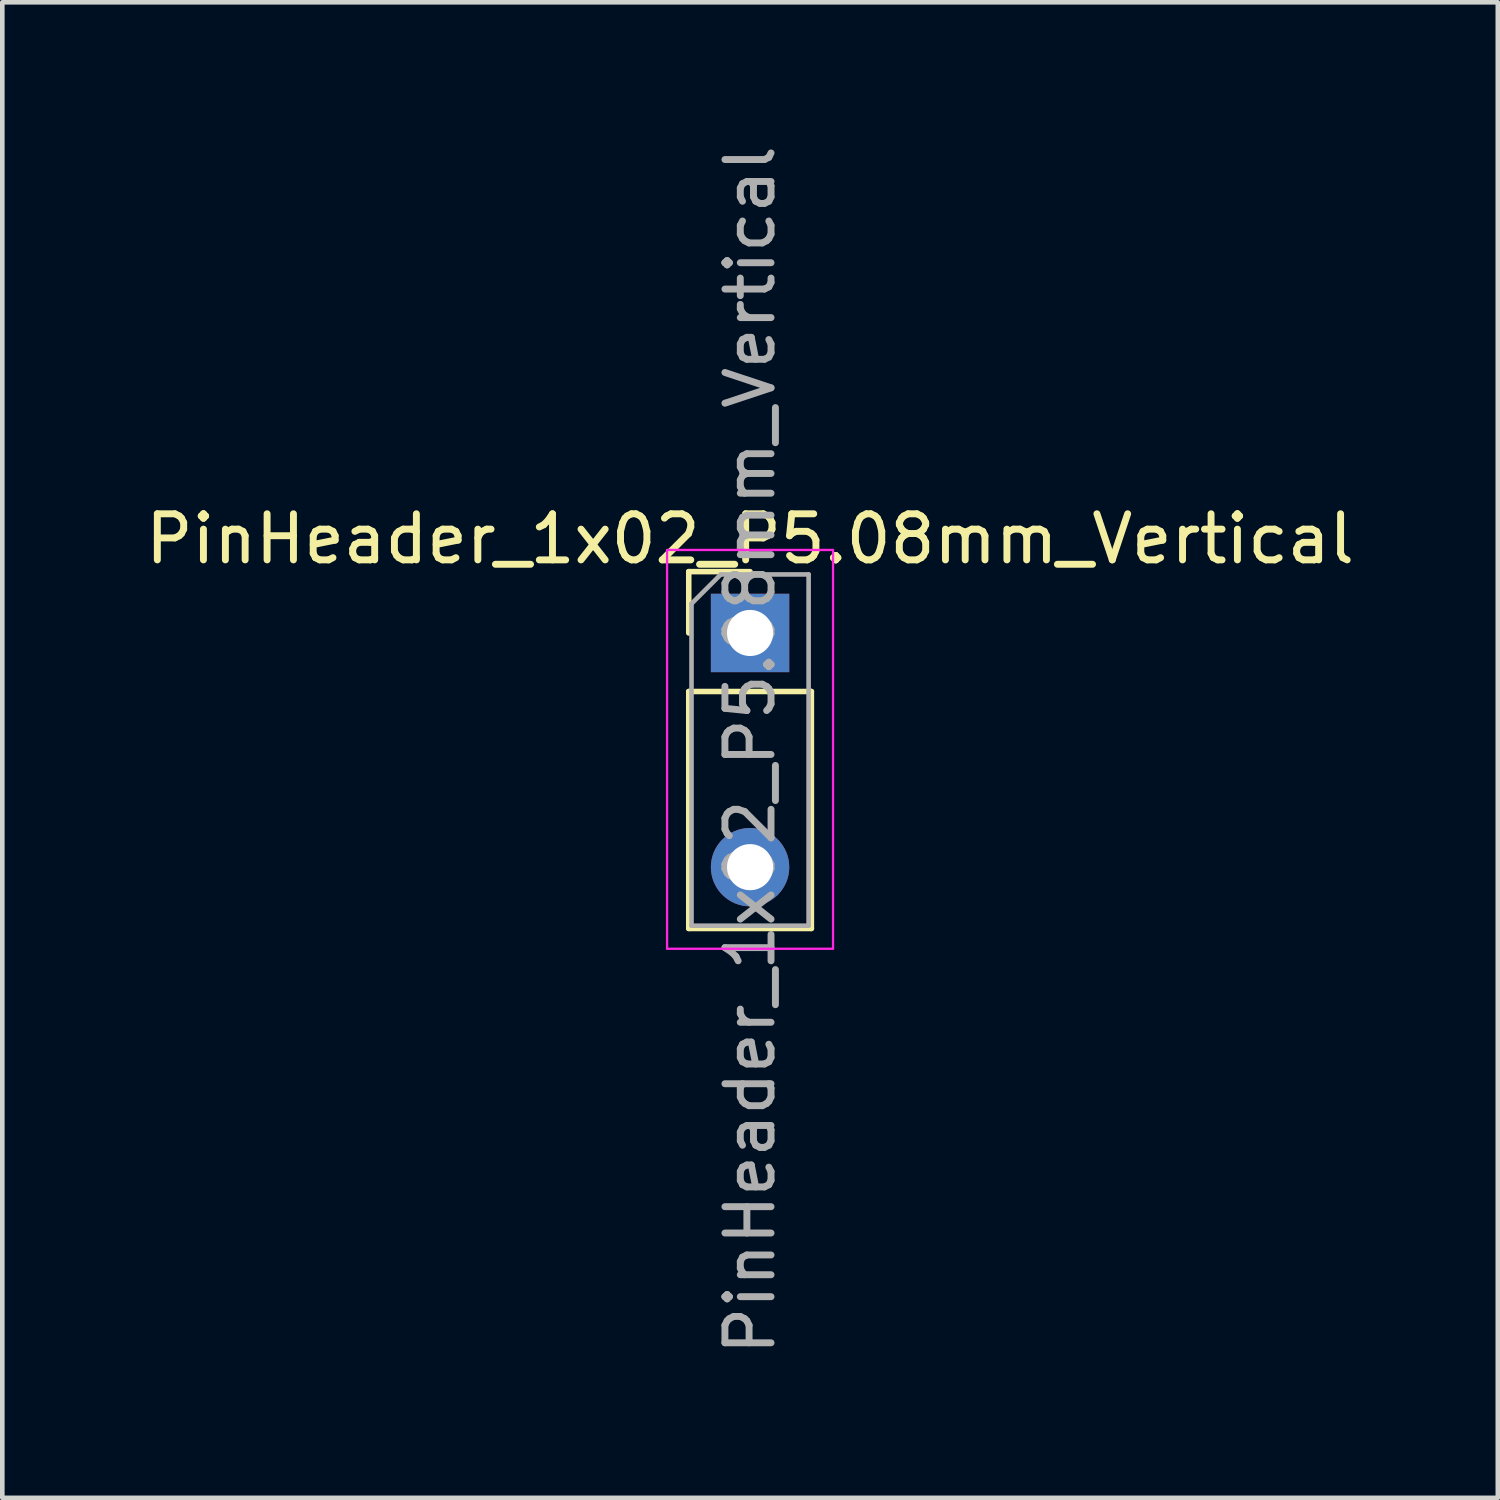
<source format=kicad_pcb>
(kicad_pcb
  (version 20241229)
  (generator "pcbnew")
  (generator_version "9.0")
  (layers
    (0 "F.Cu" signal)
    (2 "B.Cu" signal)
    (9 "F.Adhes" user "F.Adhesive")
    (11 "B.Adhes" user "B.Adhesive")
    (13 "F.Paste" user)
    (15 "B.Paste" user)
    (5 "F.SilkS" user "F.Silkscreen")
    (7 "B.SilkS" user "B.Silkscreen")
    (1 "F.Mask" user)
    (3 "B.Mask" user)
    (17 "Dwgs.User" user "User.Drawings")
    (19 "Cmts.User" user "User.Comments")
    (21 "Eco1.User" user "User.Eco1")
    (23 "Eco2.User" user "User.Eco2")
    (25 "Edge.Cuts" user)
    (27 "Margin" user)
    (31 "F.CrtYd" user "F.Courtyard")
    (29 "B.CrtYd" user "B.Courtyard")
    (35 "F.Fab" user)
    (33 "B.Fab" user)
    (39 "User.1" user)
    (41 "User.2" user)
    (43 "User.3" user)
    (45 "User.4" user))
  (footprint "PinHeader_1x02_P5.08mm_Vertical"
    (layer "F.Cu")
    (at 13.22 8.14)
    (property "Reference" "PinHeader_1x02_P5.08mm_Vertical" (at 0 0.5 0) (layer "F.SilkS") (effects (font (size 1 1) (thickness 0.15))))
    (attr through_hole)
    (fp_line (start -1.33 1.21) (end 0 1.21) (stroke (width 0.12) (type solid)) (layer "F.SilkS"))
    (fp_line (start -1.33 2.54) (end -1.33 1.21) (stroke (width 0.12) (type solid)) (layer "F.SilkS"))
    (fp_line (start -1.33 3.81) (end -1.33 8.95) (stroke (width 0.12) (type solid)) (layer "F.SilkS"))
    (fp_line (start -1.33 3.81) (end 1.33 3.81) (stroke (width 0.12) (type solid)) (layer "F.SilkS"))
    (fp_line (start -1.33 8.95) (end 1.33 8.95) (stroke (width 0.12) (type solid)) (layer "F.SilkS"))
    (fp_line (start 1.33 3.81) (end 1.33 8.95) (stroke (width 0.12) (type solid)) (layer "F.SilkS"))
    (fp_line (start -1.8 0.74) (end -1.8 9.39) (stroke (width 0.05) (type solid)) (layer "F.CrtYd"))
    (fp_line (start -1.8 9.39) (end 1.8 9.39) (stroke (width 0.05) (type solid)) (layer "F.CrtYd"))
    (fp_line (start 1.8 0.74) (end -1.8 0.74) (stroke (width 0.05) (type solid)) (layer "F.CrtYd"))
    (fp_line (start 1.8 9.39) (end 1.8 0.74) (stroke (width 0.05) (type solid)) (layer "F.CrtYd"))
    (fp_line (start -1.27 1.905) (end -0.635 1.27) (stroke (width 0.1) (type solid)) (layer "F.Fab"))
    (fp_line (start -1.27 8.89) (end -1.27 1.905) (stroke (width 0.1) (type solid)) (layer "F.Fab"))
    (fp_line (start -0.635 1.27) (end 1.27 1.27) (stroke (width 0.1) (type solid)) (layer "F.Fab"))
    (fp_line (start 1.27 1.27) (end 1.27 8.89) (stroke (width 0.1) (type solid)) (layer "F.Fab"))
    (fp_line (start 1.27 8.89) (end -1.27 8.89) (stroke (width 0.1) (type solid)) (layer "F.Fab"))
    (fp_text user "${REFERENCE}" (at 0 5.08 90) (layer "F.Fab") (effects (font (size 1 1) (thickness 0.15))))
    (pad "1" thru_hole rect (at 0 2.54) (size 1.7 1.7) (drill 1) (layers "*.Cu" "*.Mask"))
    (pad "2" thru_hole oval (at 0 7.62) (size 1.7 1.7) (drill 1) (layers "*.Cu" "*.Mask")))
  (gr_rect
    (start -3 -3)
    (end 29.44 29.44)
    (stroke (width 0.1) (type default))
    (fill no)
    (layer "Edge.Cuts")))
</source>
